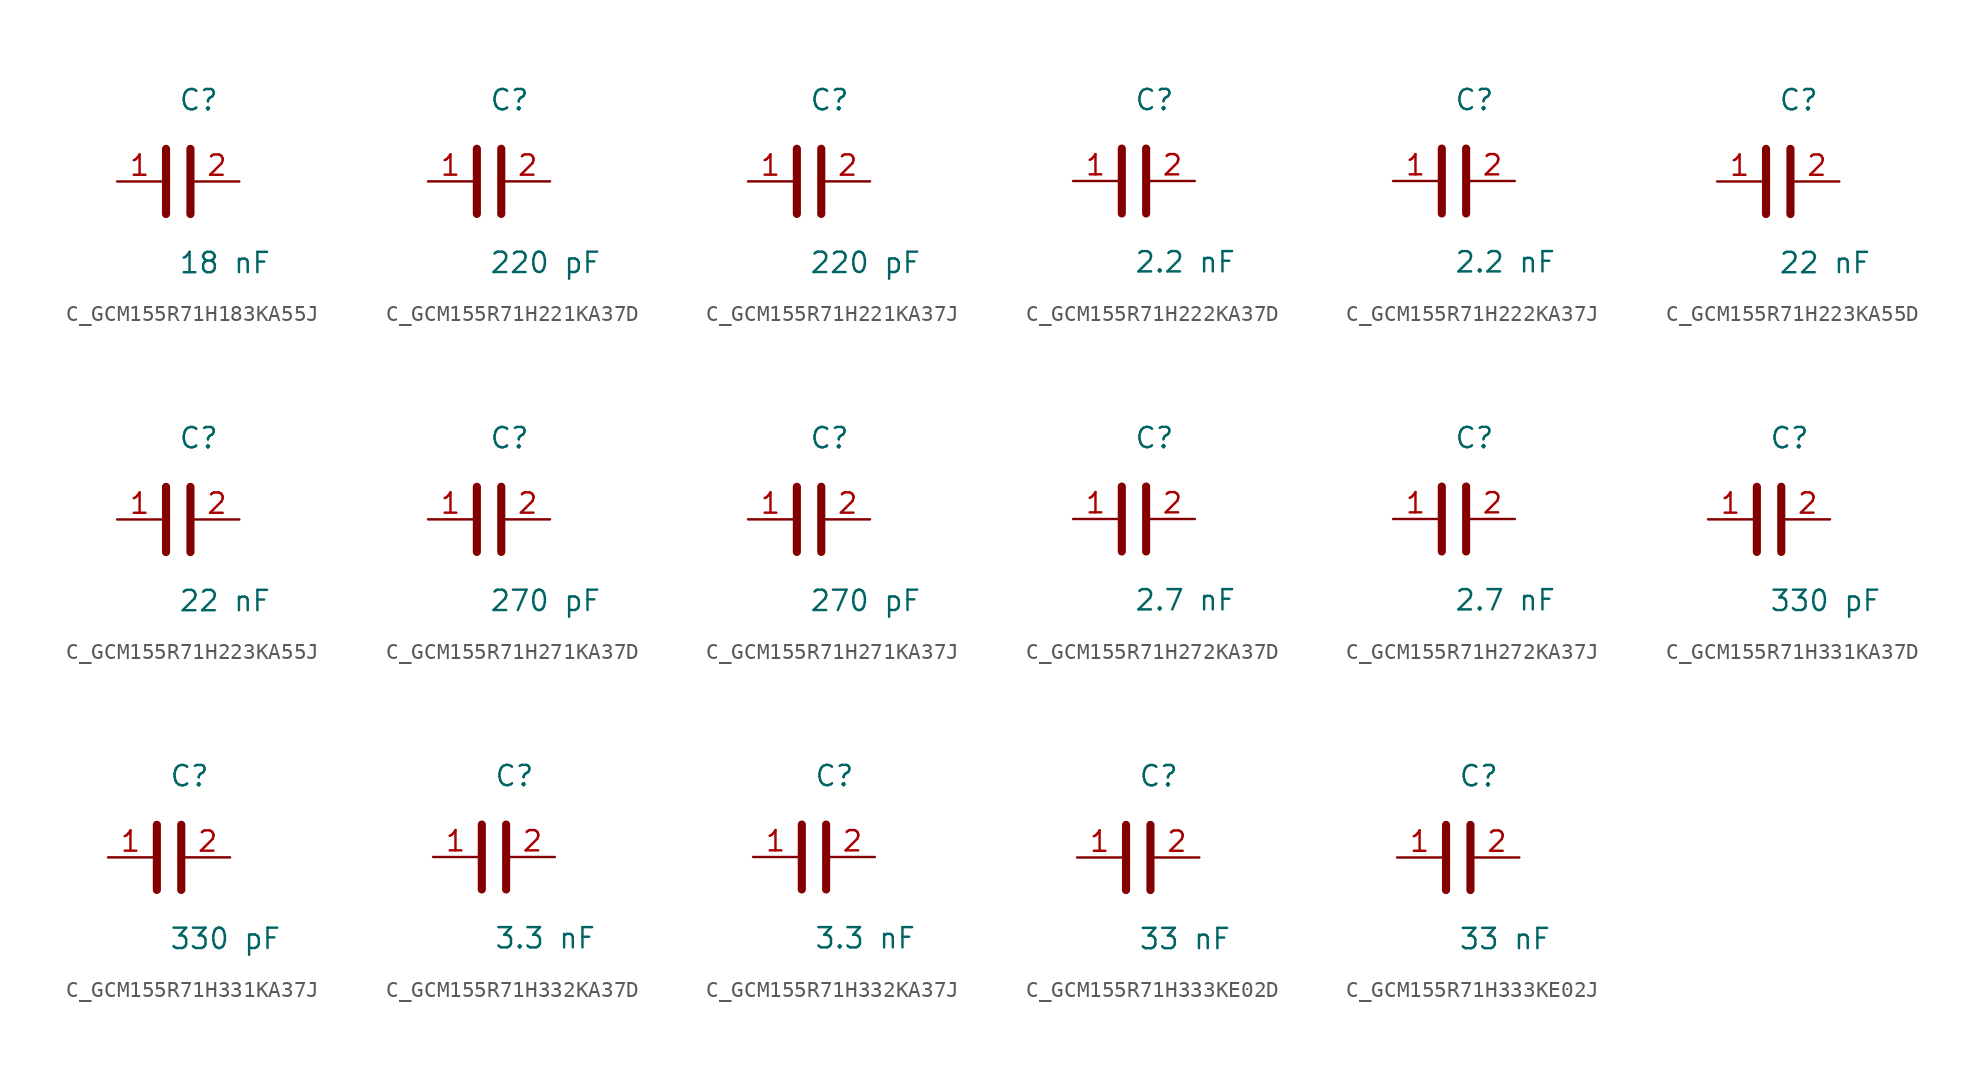
<source format=kicad_sym>
(kicad_symbol_lib
  (version 20231120)
  (generator kicad_symbol_editor)
  (generator_version 8.0)
  (symbol "C_GCM155R71H183KA55J"
    (pin_names
      (offset 0.254))
    (property "Reference" "C"
      (at 0 5.08 0)
      (effects (font (size 1.27 1.27)) (justify left)))
    (property "Value" "18 nF"
      (at 0 -5.08 0)
      (effects (font (size 1.27 1.27)) (justify left)))
    (symbol "C_GCM155R71H183KA55J_0_1"
      (polyline (pts (xy -0.762 -2.032) (xy -0.762 2.032)) (stroke (width 0.508) (type default)) (fill (type none)))
      (polyline (pts (xy 0.762 -2.032) (xy 0.762 2.032)) (stroke (width 0.508) (type default)) (fill (type none))))
    (pin passive line
      (at -3.81 0 0)
      (length 2.8)
      (name "" (effects (font (size 1.27 1.27))))
      (number "1" (effects (font (size 1.27 1.27)))))
    (pin passive line
      (at 3.81 0 180)
      (length 2.8)
      (name "" (effects (font (size 1.27 1.27))))
      (number "2" (effects (font (size 1.27 1.27))))))
  (symbol "C_GCM155R71H221KA37D"
    (pin_names
      (offset 0.254))
    (property "Reference" "C"
      (at 0 5.08 0)
      (effects (font (size 1.27 1.27)) (justify left)))
    (property "Value" "220 pF"
      (at 0 -5.08 0)
      (effects (font (size 1.27 1.27)) (justify left)))
    (symbol "C_GCM155R71H221KA37D_0_1"
      (polyline (pts (xy -0.762 -2.032) (xy -0.762 2.032)) (stroke (width 0.508) (type default)) (fill (type none)))
      (polyline (pts (xy 0.762 -2.032) (xy 0.762 2.032)) (stroke (width 0.508) (type default)) (fill (type none))))
    (pin passive line
      (at -3.81 0 0)
      (length 2.8)
      (name "" (effects (font (size 1.27 1.27))))
      (number "1" (effects (font (size 1.27 1.27)))))
    (pin passive line
      (at 3.81 0 180)
      (length 2.8)
      (name "" (effects (font (size 1.27 1.27))))
      (number "2" (effects (font (size 1.27 1.27))))))
  (symbol "C_GCM155R71H221KA37J"
    (pin_names
      (offset 0.254))
    (property "Reference" "C"
      (at 0 5.08 0)
      (effects (font (size 1.27 1.27)) (justify left)))
    (property "Value" "220 pF"
      (at 0 -5.08 0)
      (effects (font (size 1.27 1.27)) (justify left)))
    (symbol "C_GCM155R71H221KA37J_0_1"
      (polyline (pts (xy -0.762 -2.032) (xy -0.762 2.032)) (stroke (width 0.508) (type default)) (fill (type none)))
      (polyline (pts (xy 0.762 -2.032) (xy 0.762 2.032)) (stroke (width 0.508) (type default)) (fill (type none))))
    (pin passive line
      (at -3.81 0 0)
      (length 2.8)
      (name "" (effects (font (size 1.27 1.27))))
      (number "1" (effects (font (size 1.27 1.27)))))
    (pin passive line
      (at 3.81 0 180)
      (length 2.8)
      (name "" (effects (font (size 1.27 1.27))))
      (number "2" (effects (font (size 1.27 1.27))))))
  (symbol "C_GCM155R71H222KA37D"
    (pin_names
      (offset 0.254))
    (property "Reference" "C"
      (at 0 5.08 0)
      (effects (font (size 1.27 1.27)) (justify left)))
    (property "Value" "2.2 nF"
      (at 0 -5.08 0)
      (effects (font (size 1.27 1.27)) (justify left)))
    (symbol "C_GCM155R71H222KA37D_0_1"
      (polyline (pts (xy -0.762 -2.032) (xy -0.762 2.032)) (stroke (width 0.508) (type default)) (fill (type none)))
      (polyline (pts (xy 0.762 -2.032) (xy 0.762 2.032)) (stroke (width 0.508) (type default)) (fill (type none))))
    (pin passive line
      (at -3.81 0 0)
      (length 2.8)
      (name "" (effects (font (size 1.27 1.27))))
      (number "1" (effects (font (size 1.27 1.27)))))
    (pin passive line
      (at 3.81 0 180)
      (length 2.8)
      (name "" (effects (font (size 1.27 1.27))))
      (number "2" (effects (font (size 1.27 1.27))))))
  (symbol "C_GCM155R71H222KA37J"
    (pin_names
      (offset 0.254))
    (property "Reference" "C"
      (at 0 5.08 0)
      (effects (font (size 1.27 1.27)) (justify left)))
    (property "Value" "2.2 nF"
      (at 0 -5.08 0)
      (effects (font (size 1.27 1.27)) (justify left)))
    (symbol "C_GCM155R71H222KA37J_0_1"
      (polyline (pts (xy -0.762 -2.032) (xy -0.762 2.032)) (stroke (width 0.508) (type default)) (fill (type none)))
      (polyline (pts (xy 0.762 -2.032) (xy 0.762 2.032)) (stroke (width 0.508) (type default)) (fill (type none))))
    (pin passive line
      (at -3.81 0 0)
      (length 2.8)
      (name "" (effects (font (size 1.27 1.27))))
      (number "1" (effects (font (size 1.27 1.27)))))
    (pin passive line
      (at 3.81 0 180)
      (length 2.8)
      (name "" (effects (font (size 1.27 1.27))))
      (number "2" (effects (font (size 1.27 1.27))))))
  (symbol "C_GCM155R71H223KA55D"
    (pin_names
      (offset 0.254))
    (property "Reference" "C"
      (at 0 5.08 0)
      (effects (font (size 1.27 1.27)) (justify left)))
    (property "Value" "22 nF"
      (at 0 -5.08 0)
      (effects (font (size 1.27 1.27)) (justify left)))
    (symbol "C_GCM155R71H223KA55D_0_1"
      (polyline (pts (xy -0.762 -2.032) (xy -0.762 2.032)) (stroke (width 0.508) (type default)) (fill (type none)))
      (polyline (pts (xy 0.762 -2.032) (xy 0.762 2.032)) (stroke (width 0.508) (type default)) (fill (type none))))
    (pin passive line
      (at -3.81 0 0)
      (length 2.8)
      (name "" (effects (font (size 1.27 1.27))))
      (number "1" (effects (font (size 1.27 1.27)))))
    (pin passive line
      (at 3.81 0 180)
      (length 2.8)
      (name "" (effects (font (size 1.27 1.27))))
      (number "2" (effects (font (size 1.27 1.27))))))
  (symbol "C_GCM155R71H223KA55J"
    (pin_names
      (offset 0.254))
    (property "Reference" "C"
      (at 0 5.08 0)
      (effects (font (size 1.27 1.27)) (justify left)))
    (property "Value" "22 nF"
      (at 0 -5.08 0)
      (effects (font (size 1.27 1.27)) (justify left)))
    (symbol "C_GCM155R71H223KA55J_0_1"
      (polyline (pts (xy -0.762 -2.032) (xy -0.762 2.032)) (stroke (width 0.508) (type default)) (fill (type none)))
      (polyline (pts (xy 0.762 -2.032) (xy 0.762 2.032)) (stroke (width 0.508) (type default)) (fill (type none))))
    (pin passive line
      (at -3.81 0 0)
      (length 2.8)
      (name "" (effects (font (size 1.27 1.27))))
      (number "1" (effects (font (size 1.27 1.27)))))
    (pin passive line
      (at 3.81 0 180)
      (length 2.8)
      (name "" (effects (font (size 1.27 1.27))))
      (number "2" (effects (font (size 1.27 1.27))))))
  (symbol "C_GCM155R71H271KA37D"
    (pin_names
      (offset 0.254))
    (property "Reference" "C"
      (at 0 5.08 0)
      (effects (font (size 1.27 1.27)) (justify left)))
    (property "Value" "270 pF"
      (at 0 -5.08 0)
      (effects (font (size 1.27 1.27)) (justify left)))
    (symbol "C_GCM155R71H271KA37D_0_1"
      (polyline (pts (xy -0.762 -2.032) (xy -0.762 2.032)) (stroke (width 0.508) (type default)) (fill (type none)))
      (polyline (pts (xy 0.762 -2.032) (xy 0.762 2.032)) (stroke (width 0.508) (type default)) (fill (type none))))
    (pin passive line
      (at -3.81 0 0)
      (length 2.8)
      (name "" (effects (font (size 1.27 1.27))))
      (number "1" (effects (font (size 1.27 1.27)))))
    (pin passive line
      (at 3.81 0 180)
      (length 2.8)
      (name "" (effects (font (size 1.27 1.27))))
      (number "2" (effects (font (size 1.27 1.27))))))
  (symbol "C_GCM155R71H271KA37J"
    (pin_names
      (offset 0.254))
    (property "Reference" "C"
      (at 0 5.08 0)
      (effects (font (size 1.27 1.27)) (justify left)))
    (property "Value" "270 pF"
      (at 0 -5.08 0)
      (effects (font (size 1.27 1.27)) (justify left)))
    (symbol "C_GCM155R71H271KA37J_0_1"
      (polyline (pts (xy -0.762 -2.032) (xy -0.762 2.032)) (stroke (width 0.508) (type default)) (fill (type none)))
      (polyline (pts (xy 0.762 -2.032) (xy 0.762 2.032)) (stroke (width 0.508) (type default)) (fill (type none))))
    (pin passive line
      (at -3.81 0 0)
      (length 2.8)
      (name "" (effects (font (size 1.27 1.27))))
      (number "1" (effects (font (size 1.27 1.27)))))
    (pin passive line
      (at 3.81 0 180)
      (length 2.8)
      (name "" (effects (font (size 1.27 1.27))))
      (number "2" (effects (font (size 1.27 1.27))))))
  (symbol "C_GCM155R71H272KA37D"
    (pin_names
      (offset 0.254))
    (property "Reference" "C"
      (at 0 5.08 0)
      (effects (font (size 1.27 1.27)) (justify left)))
    (property "Value" "2.7 nF"
      (at 0 -5.08 0)
      (effects (font (size 1.27 1.27)) (justify left)))
    (symbol "C_GCM155R71H272KA37D_0_1"
      (polyline (pts (xy -0.762 -2.032) (xy -0.762 2.032)) (stroke (width 0.508) (type default)) (fill (type none)))
      (polyline (pts (xy 0.762 -2.032) (xy 0.762 2.032)) (stroke (width 0.508) (type default)) (fill (type none))))
    (pin passive line
      (at -3.81 0 0)
      (length 2.8)
      (name "" (effects (font (size 1.27 1.27))))
      (number "1" (effects (font (size 1.27 1.27)))))
    (pin passive line
      (at 3.81 0 180)
      (length 2.8)
      (name "" (effects (font (size 1.27 1.27))))
      (number "2" (effects (font (size 1.27 1.27))))))
  (symbol "C_GCM155R71H272KA37J"
    (pin_names
      (offset 0.254))
    (property "Reference" "C"
      (at 0 5.08 0)
      (effects (font (size 1.27 1.27)) (justify left)))
    (property "Value" "2.7 nF"
      (at 0 -5.08 0)
      (effects (font (size 1.27 1.27)) (justify left)))
    (symbol "C_GCM155R71H272KA37J_0_1"
      (polyline (pts (xy -0.762 -2.032) (xy -0.762 2.032)) (stroke (width 0.508) (type default)) (fill (type none)))
      (polyline (pts (xy 0.762 -2.032) (xy 0.762 2.032)) (stroke (width 0.508) (type default)) (fill (type none))))
    (pin passive line
      (at -3.81 0 0)
      (length 2.8)
      (name "" (effects (font (size 1.27 1.27))))
      (number "1" (effects (font (size 1.27 1.27)))))
    (pin passive line
      (at 3.81 0 180)
      (length 2.8)
      (name "" (effects (font (size 1.27 1.27))))
      (number "2" (effects (font (size 1.27 1.27))))))
  (symbol "C_GCM155R71H331KA37D"
    (pin_names
      (offset 0.254))
    (property "Reference" "C"
      (at 0 5.08 0)
      (effects (font (size 1.27 1.27)) (justify left)))
    (property "Value" "330 pF"
      (at 0 -5.08 0)
      (effects (font (size 1.27 1.27)) (justify left)))
    (symbol "C_GCM155R71H331KA37D_0_1"
      (polyline (pts (xy -0.762 -2.032) (xy -0.762 2.032)) (stroke (width 0.508) (type default)) (fill (type none)))
      (polyline (pts (xy 0.762 -2.032) (xy 0.762 2.032)) (stroke (width 0.508) (type default)) (fill (type none))))
    (pin passive line
      (at -3.81 0 0)
      (length 2.8)
      (name "" (effects (font (size 1.27 1.27))))
      (number "1" (effects (font (size 1.27 1.27)))))
    (pin passive line
      (at 3.81 0 180)
      (length 2.8)
      (name "" (effects (font (size 1.27 1.27))))
      (number "2" (effects (font (size 1.27 1.27))))))
  (symbol "C_GCM155R71H331KA37J"
    (pin_names
      (offset 0.254))
    (property "Reference" "C"
      (at 0 5.08 0)
      (effects (font (size 1.27 1.27)) (justify left)))
    (property "Value" "330 pF"
      (at 0 -5.08 0)
      (effects (font (size 1.27 1.27)) (justify left)))
    (symbol "C_GCM155R71H331KA37J_0_1"
      (polyline (pts (xy -0.762 -2.032) (xy -0.762 2.032)) (stroke (width 0.508) (type default)) (fill (type none)))
      (polyline (pts (xy 0.762 -2.032) (xy 0.762 2.032)) (stroke (width 0.508) (type default)) (fill (type none))))
    (pin passive line
      (at -3.81 0 0)
      (length 2.8)
      (name "" (effects (font (size 1.27 1.27))))
      (number "1" (effects (font (size 1.27 1.27)))))
    (pin passive line
      (at 3.81 0 180)
      (length 2.8)
      (name "" (effects (font (size 1.27 1.27))))
      (number "2" (effects (font (size 1.27 1.27))))))
  (symbol "C_GCM155R71H332KA37D"
    (pin_names
      (offset 0.254))
    (property "Reference" "C"
      (at 0 5.08 0)
      (effects (font (size 1.27 1.27)) (justify left)))
    (property "Value" "3.3 nF"
      (at 0 -5.08 0)
      (effects (font (size 1.27 1.27)) (justify left)))
    (symbol "C_GCM155R71H332KA37D_0_1"
      (polyline (pts (xy -0.762 -2.032) (xy -0.762 2.032)) (stroke (width 0.508) (type default)) (fill (type none)))
      (polyline (pts (xy 0.762 -2.032) (xy 0.762 2.032)) (stroke (width 0.508) (type default)) (fill (type none))))
    (pin passive line
      (at -3.81 0 0)
      (length 2.8)
      (name "" (effects (font (size 1.27 1.27))))
      (number "1" (effects (font (size 1.27 1.27)))))
    (pin passive line
      (at 3.81 0 180)
      (length 2.8)
      (name "" (effects (font (size 1.27 1.27))))
      (number "2" (effects (font (size 1.27 1.27))))))
  (symbol "C_GCM155R71H332KA37J"
    (pin_names
      (offset 0.254))
    (property "Reference" "C"
      (at 0 5.08 0)
      (effects (font (size 1.27 1.27)) (justify left)))
    (property "Value" "3.3 nF"
      (at 0 -5.08 0)
      (effects (font (size 1.27 1.27)) (justify left)))
    (symbol "C_GCM155R71H332KA37J_0_1"
      (polyline (pts (xy -0.762 -2.032) (xy -0.762 2.032)) (stroke (width 0.508) (type default)) (fill (type none)))
      (polyline (pts (xy 0.762 -2.032) (xy 0.762 2.032)) (stroke (width 0.508) (type default)) (fill (type none))))
    (pin passive line
      (at -3.81 0 0)
      (length 2.8)
      (name "" (effects (font (size 1.27 1.27))))
      (number "1" (effects (font (size 1.27 1.27)))))
    (pin passive line
      (at 3.81 0 180)
      (length 2.8)
      (name "" (effects (font (size 1.27 1.27))))
      (number "2" (effects (font (size 1.27 1.27))))))
  (symbol "C_GCM155R71H333KE02D"
    (pin_names
      (offset 0.254))
    (property "Reference" "C"
      (at 0 5.08 0)
      (effects (font (size 1.27 1.27)) (justify left)))
    (property "Value" "33 nF"
      (at 0 -5.08 0)
      (effects (font (size 1.27 1.27)) (justify left)))
    (symbol "C_GCM155R71H333KE02D_0_1"
      (polyline (pts (xy -0.762 -2.032) (xy -0.762 2.032)) (stroke (width 0.508) (type default)) (fill (type none)))
      (polyline (pts (xy 0.762 -2.032) (xy 0.762 2.032)) (stroke (width 0.508) (type default)) (fill (type none))))
    (pin passive line
      (at -3.81 0 0)
      (length 2.8)
      (name "" (effects (font (size 1.27 1.27))))
      (number "1" (effects (font (size 1.27 1.27)))))
    (pin passive line
      (at 3.81 0 180)
      (length 2.8)
      (name "" (effects (font (size 1.27 1.27))))
      (number "2" (effects (font (size 1.27 1.27))))))
  (symbol "C_GCM155R71H333KE02J"
    (pin_names
      (offset 0.254))
    (property "Reference" "C"
      (at 0 5.08 0)
      (effects (font (size 1.27 1.27)) (justify left)))
    (property "Value" "33 nF"
      (at 0 -5.08 0)
      (effects (font (size 1.27 1.27)) (justify left)))
    (symbol "C_GCM155R71H333KE02J_0_1"
      (polyline (pts (xy -0.762 -2.032) (xy -0.762 2.032)) (stroke (width 0.508) (type default)) (fill (type none)))
      (polyline (pts (xy 0.762 -2.032) (xy 0.762 2.032)) (stroke (width 0.508) (type default)) (fill (type none))))
    (pin passive line
      (at -3.81 0 0)
      (length 2.8)
      (name "" (effects (font (size 1.27 1.27))))
      (number "1" (effects (font (size 1.27 1.27)))))
    (pin passive line
      (at 3.81 0 180)
      (length 2.8)
      (name "" (effects (font (size 1.27 1.27))))
      (number "2" (effects (font (size 1.27 1.27)))))))
</source>
